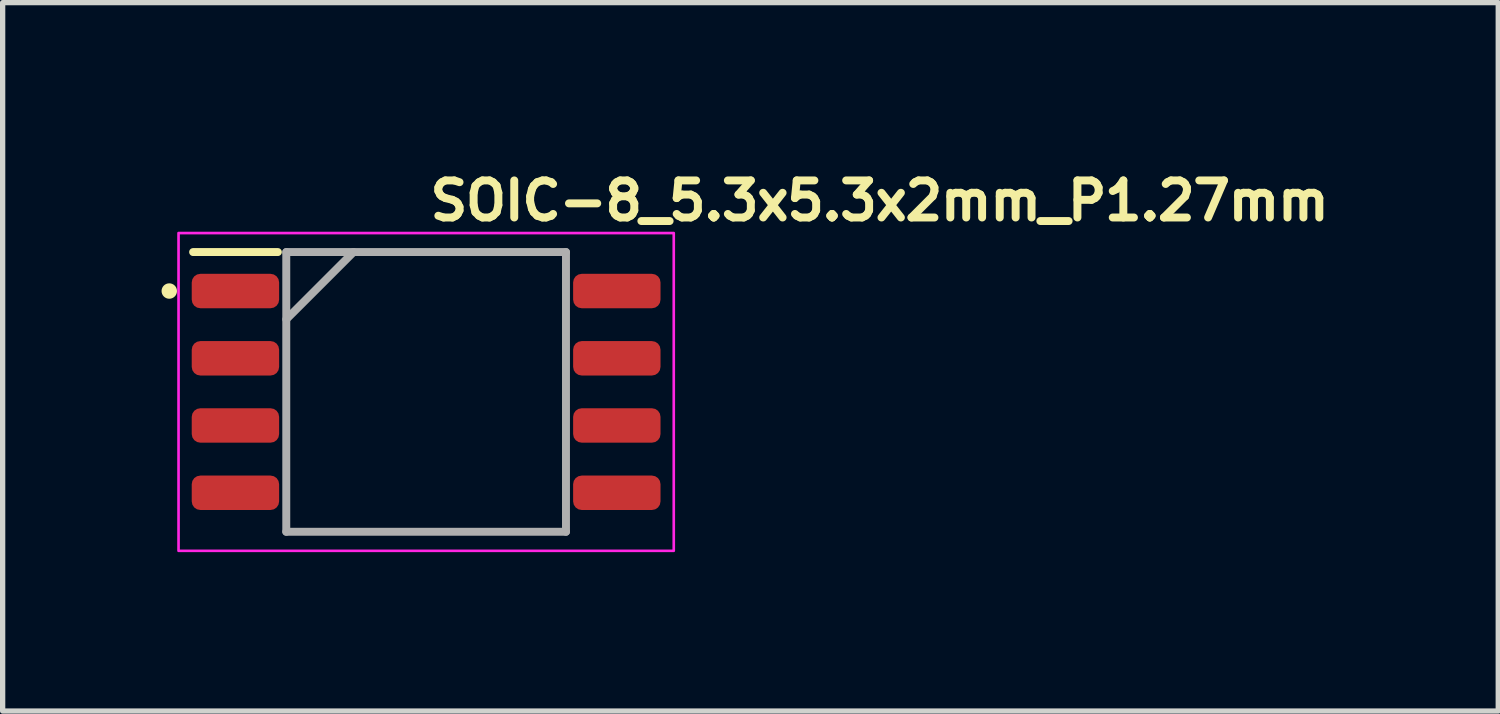
<source format=kicad_pcb>
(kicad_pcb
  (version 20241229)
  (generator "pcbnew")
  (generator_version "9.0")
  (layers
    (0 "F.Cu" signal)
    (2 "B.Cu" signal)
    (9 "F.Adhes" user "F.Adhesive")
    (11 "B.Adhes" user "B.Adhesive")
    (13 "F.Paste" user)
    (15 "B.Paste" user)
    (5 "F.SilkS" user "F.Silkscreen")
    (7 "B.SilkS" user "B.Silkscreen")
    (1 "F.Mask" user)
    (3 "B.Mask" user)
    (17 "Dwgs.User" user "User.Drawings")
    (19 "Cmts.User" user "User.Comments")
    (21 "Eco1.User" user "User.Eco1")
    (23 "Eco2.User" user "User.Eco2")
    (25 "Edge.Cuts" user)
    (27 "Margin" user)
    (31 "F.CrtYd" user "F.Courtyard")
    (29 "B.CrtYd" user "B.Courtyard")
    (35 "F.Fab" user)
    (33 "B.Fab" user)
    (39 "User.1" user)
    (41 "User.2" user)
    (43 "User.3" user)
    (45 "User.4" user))
  (footprint "SOIC-8_5.3x5.3x2mm_P1.27mm"
    (layer "F.Cu")
    (at 4.996 4.35)
    (property "Reference" "SOIC-8_5.3x5.3x2mm_P1.27mm" (at -0.002 -3.2 0) (layer "F.SilkS") (effects (font (size 0.7 0.7) (thickness 0.15)) (justify left bottom)))
    (attr smd)
    (fp_line (start -2.8 -2.641) (end -4.4 -2.641) (stroke (width 0.15) (type solid)) (layer "F.SilkS"))
    (fp_circle (center -4.85 -1.905) (end -4.8 -1.855) (stroke (width 0.15) (type solid)) (fill yes) (layer "F.SilkS"))
    (fp_rect (start 4.675 -3) (end -4.675 3) (stroke (width 0.05) (type solid)) (fill no) (layer "F.CrtYd"))
    (fp_line (start -2.641 -2.641) (end 2.64 -2.641) (stroke (width 0.15) (type solid)) (layer "F.Fab"))
    (fp_line (start -2.641 -1.371) (end -1.371 -2.641) (stroke (width 0.15) (type solid)) (layer "F.Fab"))
    (fp_line (start -2.641 2.64) (end -2.641 -2.641) (stroke (width 0.15) (type solid)) (layer "F.Fab"))
    (fp_line (start 2.64 -2.641) (end 2.64 2.64) (stroke (width 0.15) (type solid)) (layer "F.Fab"))
    (fp_line (start 2.64 2.64) (end -2.641 2.64) (stroke (width 0.15) (type solid)) (layer "F.Fab"))
    (fp_rect (start -3.951 -2.617) (end 3.95 2.615) (stroke (width 0.1) (type solid)) (fill no) (layer "User.5"))
    (fp_line (start -3.951 -2.113) (end -3.604 -2.113) (stroke (width 0.02) (type solid)) (layer "User.9"))
    (fp_line (start -3.951 -1.698) (end -3.951 -2.113) (stroke (width 0.02) (type solid)) (layer "User.9"))
    (fp_line (start -3.951 -1.698) (end -3.604 -1.698) (stroke (width 0.02) (type solid)) (layer "User.9"))
    (fp_line (start -3.951 -0.843) (end -3.604 -0.843) (stroke (width 0.02) (type solid)) (layer "User.9"))
    (fp_line (start -3.951 -0.428) (end -3.951 -0.843) (stroke (width 0.02) (type solid)) (layer "User.9"))
    (fp_line (start -3.951 -0.428) (end -3.604 -0.428) (stroke (width 0.02) (type solid)) (layer "User.9"))
    (fp_line (start -3.951 0.426) (end -3.604 0.426) (stroke (width 0.02) (type solid)) (layer "User.9"))
    (fp_line (start -3.951 0.841) (end -3.951 0.426) (stroke (width 0.02) (type solid)) (layer "User.9"))
    (fp_line (start -3.951 0.841) (end -3.604 0.841) (stroke (width 0.02) (type solid)) (layer "User.9"))
    (fp_line (start -3.951 1.697) (end -3.604 1.697) (stroke (width 0.02) (type solid)) (layer "User.9"))
    (fp_line (start -3.951 2.112) (end -3.951 1.697) (stroke (width 0.02) (type solid)) (layer "User.9"))
    (fp_line (start -3.951 2.112) (end -3.604 2.112) (stroke (width 0.02) (type solid)) (layer "User.9"))
    (fp_line (start -3.604 -2.113) (end -3.521 -2.113) (stroke (width 0.02) (type solid)) (layer "User.9"))
    (fp_line (start -3.604 -1.698) (end -3.521 -1.698) (stroke (width 0.02) (type solid)) (layer "User.9"))
    (fp_line (start -3.604 -0.843) (end -3.521 -0.843) (stroke (width 0.02) (type solid)) (layer "User.9"))
    (fp_line (start -3.604 -0.428) (end -3.521 -0.428) (stroke (width 0.02) (type solid)) (layer "User.9"))
    (fp_line (start -3.604 0.426) (end -3.521 0.426) (stroke (width 0.02) (type solid)) (layer "User.9"))
    (fp_line (start -3.604 0.841) (end -3.521 0.841) (stroke (width 0.02) (type solid)) (layer "User.9"))
    (fp_line (start -3.604 1.697) (end -3.521 1.697) (stroke (width 0.02) (type solid)) (layer "User.9"))
    (fp_line (start -3.604 2.112) (end -3.521 2.112) (stroke (width 0.02) (type solid)) (layer "User.9"))
    (fp_line (start -3.521 -2.113) (end -2.811 -2.113) (stroke (width 0.02) (type solid)) (layer "User.9"))
    (fp_line (start -3.521 -1.698) (end -2.811 -1.698) (stroke (width 0.02) (type solid)) (layer "User.9"))
    (fp_line (start -3.521 -0.843) (end -2.811 -0.843) (stroke (width 0.02) (type solid)) (layer "User.9"))
    (fp_line (start -3.521 -0.428) (end -2.811 -0.428) (stroke (width 0.02) (type solid)) (layer "User.9"))
    (fp_line (start -3.521 0.426) (end -2.811 0.426) (stroke (width 0.02) (type solid)) (layer "User.9"))
    (fp_line (start -3.521 0.841) (end -2.811 0.841) (stroke (width 0.02) (type solid)) (layer "User.9"))
    (fp_line (start -3.521 1.697) (end -2.811 1.697) (stroke (width 0.02) (type solid)) (layer "User.9"))
    (fp_line (start -3.521 2.112) (end -2.811 2.112) (stroke (width 0.02) (type solid)) (layer "User.9"))
    (fp_line (start -2.811 -2.113) (end -2.73 -2.113) (stroke (width 0.02) (type solid)) (layer "User.9"))
    (fp_line (start -2.811 -1.698) (end -2.73 -1.698) (stroke (width 0.02) (type solid)) (layer "User.9"))
    (fp_line (start -2.811 -0.843) (end -2.73 -0.843) (stroke (width 0.02) (type solid)) (layer "User.9"))
    (fp_line (start -2.811 -0.428) (end -2.73 -0.428) (stroke (width 0.02) (type solid)) (layer "User.9"))
    (fp_line (start -2.811 0.426) (end -2.73 0.426) (stroke (width 0.02) (type solid)) (layer "User.9"))
    (fp_line (start -2.811 0.841) (end -2.73 0.841) (stroke (width 0.02) (type solid)) (layer "User.9"))
    (fp_line (start -2.811 1.697) (end -2.73 1.697) (stroke (width 0.02) (type solid)) (layer "User.9"))
    (fp_line (start -2.811 2.112) (end -2.73 2.112) (stroke (width 0.02) (type solid)) (layer "User.9"))
    (fp_line (start -2.73 -2.113) (end -2.617 -2.113) (stroke (width 0.02) (type solid)) (layer "User.9"))
    (fp_line (start -2.73 -1.698) (end -2.617 -1.698) (stroke (width 0.02) (type solid)) (layer "User.9"))
    (fp_line (start -2.73 -0.843) (end -2.617 -0.843) (stroke (width 0.02) (type solid)) (layer "User.9"))
    (fp_line (start -2.73 -0.428) (end -2.617 -0.428) (stroke (width 0.02) (type solid)) (layer "User.9"))
    (fp_line (start -2.73 0.426) (end -2.617 0.426) (stroke (width 0.02) (type solid)) (layer "User.9"))
    (fp_line (start -2.73 0.841) (end -2.617 0.841) (stroke (width 0.02) (type solid)) (layer "User.9"))
    (fp_line (start -2.73 1.697) (end -2.617 1.697) (stroke (width 0.02) (type solid)) (layer "User.9"))
    (fp_line (start -2.73 2.112) (end -2.617 2.112) (stroke (width 0.02) (type solid)) (layer "User.9"))
    (fp_line (start -2.617 -2.617) (end -2.493 -2.493) (stroke (width 0.02) (type solid)) (layer "User.9"))
    (fp_line (start -2.617 -2.617) (end 2.615 -2.617) (stroke (width 0.02) (type solid)) (layer "User.9"))
    (fp_line (start -2.617 -1.698) (end -2.617 -2.113) (stroke (width 0.02) (type solid)) (layer "User.9"))
    (fp_line (start -2.617 -0.428) (end -2.617 -0.843) (stroke (width 0.02) (type solid)) (layer "User.9"))
    (fp_line (start -2.617 0.841) (end -2.617 0.426) (stroke (width 0.02) (type solid)) (layer "User.9"))
    (fp_line (start -2.617 2.112) (end -2.617 1.697) (stroke (width 0.02) (type solid)) (layer "User.9"))
    (fp_line (start -2.617 2.615) (end -2.617 -2.617) (stroke (width 0.02) (type solid)) (layer "User.9"))
    (fp_line (start -2.617 2.615) (end -2.493 2.491) (stroke (width 0.02) (type solid)) (layer "User.9"))
    (fp_line (start -2.617 2.615) (end 2.615 2.615) (stroke (width 0.02) (type solid)) (layer "User.9"))
    (fp_line (start -2.493 -2.493) (end -2.424 -2.424) (stroke (width 0.02) (type solid)) (layer "User.9"))
    (fp_line (start -2.493 2.491) (end -2.424 2.422) (stroke (width 0.02) (type solid)) (layer "User.9"))
    (fp_line (start -2.089 -1.762) (end -2.089 -1.762) (stroke (width 0.02) (type solid)) (layer "User.9"))
    (fp_line (start -2.089 -1.762) (end -2.088 -1.744) (stroke (width 0.02) (type solid)) (layer "User.9"))
    (fp_line (start -2.088 -1.778) (end -2.089 -1.762) (stroke (width 0.02) (type solid)) (layer "User.9"))
    (fp_line (start -2.088 -1.744) (end -2.086 -1.728) (stroke (width 0.02) (type solid)) (layer "User.9"))
    (fp_line (start -2.086 -1.795) (end -2.088 -1.778) (stroke (width 0.02) (type solid)) (layer "User.9"))
    (fp_line (start -2.086 -1.728) (end -2.085 -1.712) (stroke (width 0.02) (type solid)) (layer "User.9"))
    (fp_line (start -2.085 -1.811) (end -2.086 -1.795) (stroke (width 0.02) (type solid)) (layer "User.9"))
    (fp_line (start -2.085 -1.712) (end -2.081 -1.696) (stroke (width 0.02) (type solid)) (layer "User.9"))
    (fp_line (start -2.081 -1.827) (end -2.085 -1.811) (stroke (width 0.02) (type solid)) (layer "User.9"))
    (fp_line (start -2.081 -1.696) (end -2.078 -1.68) (stroke (width 0.02) (type solid)) (layer "User.9"))
    (fp_line (start -2.078 -1.843) (end -2.081 -1.827) (stroke (width 0.02) (type solid)) (layer "User.9"))
    (fp_line (start -2.078 -1.68) (end -2.073 -1.665) (stroke (width 0.02) (type solid)) (layer "User.9"))
    (fp_line (start -2.073 -1.859) (end -2.078 -1.843) (stroke (width 0.02) (type solid)) (layer "User.9"))
    (fp_line (start -2.073 -1.665) (end -2.069 -1.649) (stroke (width 0.02) (type solid)) (layer "User.9"))
    (fp_line (start -2.069 -1.873) (end -2.073 -1.859) (stroke (width 0.02) (type solid)) (layer "User.9"))
    (fp_line (start -2.069 -1.649) (end -2.062 -1.635) (stroke (width 0.02) (type solid)) (layer "User.9"))
    (fp_line (start -2.062 -1.889) (end -2.069 -1.873) (stroke (width 0.02) (type solid)) (layer "User.9"))
    (fp_line (start -2.062 -1.635) (end -2.057 -1.619) (stroke (width 0.02) (type solid)) (layer "User.9"))
    (fp_line (start -2.057 -1.903) (end -2.062 -1.889) (stroke (width 0.02) (type solid)) (layer "User.9"))
    (fp_line (start -2.057 -1.619) (end -2.048 -1.605) (stroke (width 0.02) (type solid)) (layer "User.9"))
    (fp_line (start -2.048 -1.917) (end -2.057 -1.903) (stroke (width 0.02) (type solid)) (layer "User.9"))
    (fp_line (start -2.048 -1.605) (end -2.041 -1.593) (stroke (width 0.02) (type solid)) (layer "User.9"))
    (fp_line (start -2.041 -1.93) (end -2.048 -1.917) (stroke (width 0.02) (type solid)) (layer "User.9"))
    (fp_line (start -2.041 -1.593) (end -2.032 -1.579) (stroke (width 0.02) (type solid)) (layer "User.9"))
    (fp_line (start -2.032 -1.944) (end -2.041 -1.93) (stroke (width 0.02) (type solid)) (layer "User.9"))
    (fp_line (start -2.032 -1.579) (end -2.024 -1.565) (stroke (width 0.02) (type solid)) (layer "User.9"))
    (fp_line (start -2.024 -1.958) (end -2.032 -1.944) (stroke (width 0.02) (type solid)) (layer "User.9"))
    (fp_line (start -2.024 -1.565) (end -2.013 -1.553) (stroke (width 0.02) (type solid)) (layer "User.9"))
    (fp_line (start -2.013 -1.97) (end -2.024 -1.958) (stroke (width 0.02) (type solid)) (layer "User.9"))
    (fp_line (start -2.013 -1.553) (end -2.004 -1.541) (stroke (width 0.02) (type solid)) (layer "User.9"))
    (fp_line (start -2.004 -1.982) (end -2.013 -1.97) (stroke (width 0.02) (type solid)) (layer "User.9"))
    (fp_line (start -2.004 -1.541) (end -1.992 -1.53) (stroke (width 0.02) (type solid)) (layer "User.9"))
    (fp_line (start -1.992 -1.992) (end -2.004 -1.982) (stroke (width 0.02) (type solid)) (layer "User.9"))
    (fp_line (start -1.992 -1.53) (end -1.982 -1.52) (stroke (width 0.02) (type solid)) (layer "User.9"))
    (fp_line (start -1.982 -2.004) (end -1.992 -1.992) (stroke (width 0.02) (type solid)) (layer "User.9"))
    (fp_line (start -1.982 -1.52) (end -1.97 -1.51) (stroke (width 0.02) (type solid)) (layer "User.9"))
    (fp_line (start -1.97 -2.013) (end -1.982 -2.004) (stroke (width 0.02) (type solid)) (layer "User.9"))
    (fp_line (start -1.97 -1.51) (end -1.958 -1.5) (stroke (width 0.02) (type solid)) (layer "User.9"))
    (fp_line (start -1.958 -2.024) (end -1.97 -2.013) (stroke (width 0.02) (type solid)) (layer "User.9"))
    (fp_line (start -1.958 -1.5) (end -1.944 -1.49) (stroke (width 0.02) (type solid)) (layer "User.9"))
    (fp_line (start -1.944 -2.032) (end -1.958 -2.024) (stroke (width 0.02) (type solid)) (layer "User.9"))
    (fp_line (start -1.944 -1.49) (end -1.93 -1.482) (stroke (width 0.02) (type solid)) (layer "User.9"))
    (fp_line (start -1.93 -2.041) (end -1.944 -2.032) (stroke (width 0.02) (type solid)) (layer "User.9"))
    (fp_line (start -1.93 -1.482) (end -1.917 -1.474) (stroke (width 0.02) (type solid)) (layer "User.9"))
    (fp_line (start -1.917 -2.048) (end -1.93 -2.041) (stroke (width 0.02) (type solid)) (layer "User.9"))
    (fp_line (start -1.917 -1.474) (end -1.903 -1.466) (stroke (width 0.02) (type solid)) (layer "User.9"))
    (fp_line (start -1.903 -2.057) (end -1.917 -2.048) (stroke (width 0.02) (type solid)) (layer "User.9"))
    (fp_line (start -1.903 -1.466) (end -1.889 -1.46) (stroke (width 0.02) (type solid)) (layer "User.9"))
    (fp_line (start -1.889 -2.062) (end -1.903 -2.057) (stroke (width 0.02) (type solid)) (layer "User.9"))
    (fp_line (start -1.889 -1.46) (end -1.873 -1.454) (stroke (width 0.02) (type solid)) (layer "User.9"))
    (fp_line (start -1.873 -2.069) (end -1.889 -2.062) (stroke (width 0.02) (type solid)) (layer "User.9"))
    (fp_line (start -1.873 -1.454) (end -1.859 -1.45) (stroke (width 0.02) (type solid)) (layer "User.9"))
    (fp_line (start -1.859 -2.073) (end -1.873 -2.069) (stroke (width 0.02) (type solid)) (layer "User.9"))
    (fp_line (start -1.859 -1.45) (end -1.843 -1.444) (stroke (width 0.02) (type solid)) (layer "User.9"))
    (fp_line (start -1.843 -2.078) (end -1.859 -2.073) (stroke (width 0.02) (type solid)) (layer "User.9"))
    (fp_line (start -1.843 -1.444) (end -1.827 -1.442) (stroke (width 0.02) (type solid)) (layer "User.9"))
    (fp_line (start -1.827 -2.081) (end -1.843 -2.078) (stroke (width 0.02) (type solid)) (layer "User.9"))
    (fp_line (start -1.827 -1.442) (end -1.811 -1.438) (stroke (width 0.02) (type solid)) (layer "User.9"))
    (fp_line (start -1.811 -2.085) (end -1.827 -2.081) (stroke (width 0.02) (type solid)) (layer "User.9"))
    (fp_line (start -1.811 -1.438) (end -1.795 -1.436) (stroke (width 0.02) (type solid)) (layer "User.9"))
    (fp_line (start -1.795 -2.086) (end -1.811 -2.085) (stroke (width 0.02) (type solid)) (layer "User.9"))
    (fp_line (start -1.795 -1.436) (end -1.778 -1.436) (stroke (width 0.02) (type solid)) (layer "User.9"))
    (fp_line (start -1.778 -2.088) (end -1.795 -2.086) (stroke (width 0.02) (type solid)) (layer "User.9"))
    (fp_line (start -1.778 -1.436) (end -1.762 -1.434) (stroke (width 0.02) (type solid)) (layer "User.9"))
    (fp_line (start -1.762 -2.089) (end -1.778 -2.088) (stroke (width 0.02) (type solid)) (layer "User.9"))
    (fp_line (start -1.762 -2.089) (end -1.762 -2.089) (stroke (width 0.02) (type solid)) (layer "User.9"))
    (fp_line (start -1.762 -1.434) (end -1.762 -1.434) (stroke (width 0.02) (type solid)) (layer "User.9"))
    (fp_line (start -1.762 -1.434) (end -1.744 -1.436) (stroke (width 0.02) (type solid)) (layer "User.9"))
    (fp_line (start -1.744 -2.088) (end -1.762 -2.089) (stroke (width 0.02) (type solid)) (layer "User.9"))
    (fp_line (start -1.744 -1.436) (end -1.728 -1.436) (stroke (width 0.02) (type solid)) (layer "User.9"))
    (fp_line (start -1.728 -2.086) (end -1.744 -2.088) (stroke (width 0.02) (type solid)) (layer "User.9"))
    (fp_line (start -1.728 -1.436) (end -1.712 -1.438) (stroke (width 0.02) (type solid)) (layer "User.9"))
    (fp_line (start -1.712 -2.085) (end -1.728 -2.086) (stroke (width 0.02) (type solid)) (layer "User.9"))
    (fp_line (start -1.712 -1.438) (end -1.696 -1.442) (stroke (width 0.02) (type solid)) (layer "User.9"))
    (fp_line (start -1.696 -2.081) (end -1.712 -2.085) (stroke (width 0.02) (type solid)) (layer "User.9"))
    (fp_line (start -1.696 -1.442) (end -1.68 -1.444) (stroke (width 0.02) (type solid)) (layer "User.9"))
    (fp_line (start -1.68 -2.078) (end -1.696 -2.081) (stroke (width 0.02) (type solid)) (layer "User.9"))
    (fp_line (start -1.68 -1.444) (end -1.665 -1.45) (stroke (width 0.02) (type solid)) (layer "User.9"))
    (fp_line (start -1.665 -2.073) (end -1.68 -2.078) (stroke (width 0.02) (type solid)) (layer "User.9"))
    (fp_line (start -1.665 -1.45) (end -1.649 -1.454) (stroke (width 0.02) (type solid)) (layer "User.9"))
    (fp_line (start -1.649 -2.069) (end -1.665 -2.073) (stroke (width 0.02) (type solid)) (layer "User.9"))
    (fp_line (start -1.649 -1.454) (end -1.635 -1.46) (stroke (width 0.02) (type solid)) (layer "User.9"))
    (fp_line (start -1.635 -2.062) (end -1.649 -2.069) (stroke (width 0.02) (type solid)) (layer "User.9"))
    (fp_line (start -1.635 -1.46) (end -1.619 -1.466) (stroke (width 0.02) (type solid)) (layer "User.9"))
    (fp_line (start -1.619 -2.057) (end -1.635 -2.062) (stroke (width 0.02) (type solid)) (layer "User.9"))
    (fp_line (start -1.619 -1.466) (end -1.605 -1.474) (stroke (width 0.02) (type solid)) (layer "User.9"))
    (fp_line (start -1.605 -2.048) (end -1.619 -2.057) (stroke (width 0.02) (type solid)) (layer "User.9"))
    (fp_line (start -1.605 -1.474) (end -1.593 -1.482) (stroke (width 0.02) (type solid)) (layer "User.9"))
    (fp_line (start -1.593 -2.041) (end -1.605 -2.048) (stroke (width 0.02) (type solid)) (layer "User.9"))
    (fp_line (start -1.593 -1.482) (end -1.579 -1.49) (stroke (width 0.02) (type solid)) (layer "User.9"))
    (fp_line (start -1.579 -2.032) (end -1.593 -2.041) (stroke (width 0.02) (type solid)) (layer "User.9"))
    (fp_line (start -1.579 -1.49) (end -1.565 -1.5) (stroke (width 0.02) (type solid)) (layer "User.9"))
    (fp_line (start -1.565 -2.024) (end -1.579 -2.032) (stroke (width 0.02) (type solid)) (layer "User.9"))
    (fp_line (start -1.565 -1.5) (end -1.553 -1.51) (stroke (width 0.02) (type solid)) (layer "User.9"))
    (fp_line (start -1.553 -2.013) (end -1.565 -2.024) (stroke (width 0.02) (type solid)) (layer "User.9"))
    (fp_line (start -1.553 -1.51) (end -1.541 -1.52) (stroke (width 0.02) (type solid)) (layer "User.9"))
    (fp_line (start -1.541 -2.004) (end -1.553 -2.013) (stroke (width 0.02) (type solid)) (layer "User.9"))
    (fp_line (start -1.541 -1.52) (end -1.53 -1.53) (stroke (width 0.02) (type solid)) (layer "User.9"))
    (fp_line (start -1.53 -1.992) (end -1.541 -2.004) (stroke (width 0.02) (type solid)) (layer "User.9"))
    (fp_line (start -1.53 -1.53) (end -1.52 -1.541) (stroke (width 0.02) (type solid)) (layer "User.9"))
    (fp_line (start -1.52 -1.982) (end -1.53 -1.992) (stroke (width 0.02) (type solid)) (layer "User.9"))
    (fp_line (start -1.52 -1.541) (end -1.51 -1.553) (stroke (width 0.02) (type solid)) (layer "User.9"))
    (fp_line (start -1.51 -1.97) (end -1.52 -1.982) (stroke (width 0.02) (type solid)) (layer "User.9"))
    (fp_line (start -1.51 -1.553) (end -1.5 -1.565) (stroke (width 0.02) (type solid)) (layer "User.9"))
    (fp_line (start -1.5 -1.958) (end -1.51 -1.97) (stroke (width 0.02) (type solid)) (layer "User.9"))
    (fp_line (start -1.5 -1.565) (end -1.49 -1.579) (stroke (width 0.02) (type solid)) (layer "User.9"))
    (fp_line (start -1.49 -1.944) (end -1.5 -1.958) (stroke (width 0.02) (type solid)) (layer "User.9"))
    (fp_line (start -1.49 -1.579) (end -1.482 -1.593) (stroke (width 0.02) (type solid)) (layer "User.9"))
    (fp_line (start -1.482 -1.93) (end -1.49 -1.944) (stroke (width 0.02) (type solid)) (layer "User.9"))
    (fp_line (start -1.482 -1.593) (end -1.474 -1.605) (stroke (width 0.02) (type solid)) (layer "User.9"))
    (fp_line (start -1.474 -1.917) (end -1.482 -1.93) (stroke (width 0.02) (type solid)) (layer "User.9"))
    (fp_line (start -1.474 -1.605) (end -1.466 -1.619) (stroke (width 0.02) (type solid)) (layer "User.9"))
    (fp_line (start -1.466 -1.903) (end -1.474 -1.917) (stroke (width 0.02) (type solid)) (layer "User.9"))
    (fp_line (start -1.466 -1.619) (end -1.46 -1.635) (stroke (width 0.02) (type solid)) (layer "User.9"))
    (fp_line (start -1.46 -1.889) (end -1.466 -1.903) (stroke (width 0.02) (type solid)) (layer "User.9"))
    (fp_line (start -1.46 -1.635) (end -1.454 -1.649) (stroke (width 0.02) (type solid)) (layer "User.9"))
    (fp_line (start -1.454 -1.873) (end -1.46 -1.889) (stroke (width 0.02) (type solid)) (layer "User.9"))
    (fp_line (start -1.454 -1.649) (end -1.45 -1.665) (stroke (width 0.02) (type solid)) (layer "User.9"))
    (fp_line (start -1.45 -1.859) (end -1.454 -1.873) (stroke (width 0.02) (type solid)) (layer "User.9"))
    (fp_line (start -1.45 -1.665) (end -1.444 -1.68) (stroke (width 0.02) (type solid)) (layer "User.9"))
    (fp_line (start -1.444 -1.843) (end -1.45 -1.859) (stroke (width 0.02) (type solid)) (layer "User.9"))
    (fp_line (start -1.444 -1.68) (end -1.442 -1.696) (stroke (width 0.02) (type solid)) (layer "User.9"))
    (fp_line (start -1.442 -1.827) (end -1.444 -1.843) (stroke (width 0.02) (type solid)) (layer "User.9"))
    (fp_line (start -1.442 -1.696) (end -1.438 -1.712) (stroke (width 0.02) (type solid)) (layer "User.9"))
    (fp_line (start -1.438 -1.811) (end -1.442 -1.827) (stroke (width 0.02) (type solid)) (layer "User.9"))
    (fp_line (start -1.438 -1.712) (end -1.436 -1.728) (stroke (width 0.02) (type solid)) (layer "User.9"))
    (fp_line (start -1.436 -1.795) (end -1.438 -1.811) (stroke (width 0.02) (type solid)) (layer "User.9"))
    (fp_line (start -1.436 -1.778) (end -1.436 -1.795) (stroke (width 0.02) (type solid)) (layer "User.9"))
    (fp_line (start -1.436 -1.744) (end -1.434 -1.762) (stroke (width 0.02) (type solid)) (layer "User.9"))
    (fp_line (start -1.436 -1.728) (end -1.436 -1.744) (stroke (width 0.02) (type solid)) (layer "User.9"))
    (fp_line (start -1.434 -1.762) (end -1.436 -1.778) (stroke (width 0.02) (type solid)) (layer "User.9"))
    (fp_line (start -1.434 -1.762) (end -1.434 -1.762) (stroke (width 0.02) (type solid)) (layer "User.9"))
    (fp_line (start -1.434 -1.762) (end -1.434 -1.762) (stroke (width 0.02) (type solid)) (layer "User.9"))
    (fp_line (start 2.422 -2.424) (end 2.491 -2.493) (stroke (width 0.02) (type solid)) (layer "User.9"))
    (fp_line (start 2.491 2.491) (end 2.422 2.422) (stroke (width 0.02) (type solid)) (layer "User.9"))
    (fp_line (start 2.615 -2.617) (end 2.491 -2.493) (stroke (width 0.02) (type solid)) (layer "User.9"))
    (fp_line (start 2.615 -2.113) (end 2.728 -2.113) (stroke (width 0.02) (type solid)) (layer "User.9"))
    (fp_line (start 2.615 -1.698) (end 2.615 -2.113) (stroke (width 0.02) (type solid)) (layer "User.9"))
    (fp_line (start 2.615 -1.698) (end 2.728 -1.698) (stroke (width 0.02) (type solid)) (layer "User.9"))
    (fp_line (start 2.615 -0.843) (end 2.728 -0.843) (stroke (width 0.02) (type solid)) (layer "User.9"))
    (fp_line (start 2.615 -0.428) (end 2.615 -0.843) (stroke (width 0.02) (type solid)) (layer "User.9"))
    (fp_line (start 2.615 -0.428) (end 2.728 -0.428) (stroke (width 0.02) (type solid)) (layer "User.9"))
    (fp_line (start 2.615 0.426) (end 2.728 0.426) (stroke (width 0.02) (type solid)) (layer "User.9"))
    (fp_line (start 2.615 0.841) (end 2.615 0.426) (stroke (width 0.02) (type solid)) (layer "User.9"))
    (fp_line (start 2.615 0.841) (end 2.728 0.841) (stroke (width 0.02) (type solid)) (layer "User.9"))
    (fp_line (start 2.615 1.697) (end 2.728 1.697) (stroke (width 0.02) (type solid)) (layer "User.9"))
    (fp_line (start 2.615 2.112) (end 2.615 1.697) (stroke (width 0.02) (type solid)) (layer "User.9"))
    (fp_line (start 2.615 2.112) (end 2.728 2.112) (stroke (width 0.02) (type solid)) (layer "User.9"))
    (fp_line (start 2.615 2.615) (end 2.491 2.491) (stroke (width 0.02) (type solid)) (layer "User.9"))
    (fp_line (start 2.615 2.615) (end 2.615 -2.617) (stroke (width 0.02) (type solid)) (layer "User.9"))
    (fp_line (start 2.809 -2.113) (end 2.728 -2.113) (stroke (width 0.02) (type solid)) (layer "User.9"))
    (fp_line (start 2.809 -1.698) (end 2.728 -1.698) (stroke (width 0.02) (type solid)) (layer "User.9"))
    (fp_line (start 2.809 -0.843) (end 2.728 -0.843) (stroke (width 0.02) (type solid)) (layer "User.9"))
    (fp_line (start 2.809 -0.428) (end 2.728 -0.428) (stroke (width 0.02) (type solid)) (layer "User.9"))
    (fp_line (start 2.809 0.426) (end 2.728 0.426) (stroke (width 0.02) (type solid)) (layer "User.9"))
    (fp_line (start 2.809 0.841) (end 2.728 0.841) (stroke (width 0.02) (type solid)) (layer "User.9"))
    (fp_line (start 2.809 1.697) (end 2.728 1.697) (stroke (width 0.02) (type solid)) (layer "User.9"))
    (fp_line (start 2.809 2.112) (end 2.728 2.112) (stroke (width 0.02) (type solid)) (layer "User.9"))
    (fp_line (start 3.519 -2.113) (end 2.809 -2.113) (stroke (width 0.02) (type solid)) (layer "User.9"))
    (fp_line (start 3.519 -1.698) (end 2.809 -1.698) (stroke (width 0.02) (type solid)) (layer "User.9"))
    (fp_line (start 3.519 -0.843) (end 2.809 -0.843) (stroke (width 0.02) (type solid)) (layer "User.9"))
    (fp_line (start 3.519 -0.428) (end 2.809 -0.428) (stroke (width 0.02) (type solid)) (layer "User.9"))
    (fp_line (start 3.519 0.426) (end 2.809 0.426) (stroke (width 0.02) (type solid)) (layer "User.9"))
    (fp_line (start 3.519 0.841) (end 2.809 0.841) (stroke (width 0.02) (type solid)) (layer "User.9"))
    (fp_line (start 3.519 1.697) (end 2.809 1.697) (stroke (width 0.02) (type solid)) (layer "User.9"))
    (fp_line (start 3.519 2.112) (end 2.809 2.112) (stroke (width 0.02) (type solid)) (layer "User.9"))
    (fp_line (start 3.601 -2.113) (end 3.519 -2.113) (stroke (width 0.02) (type solid)) (layer "User.9"))
    (fp_line (start 3.601 -2.113) (end 3.95 -2.113) (stroke (width 0.02) (type solid)) (layer "User.9"))
    (fp_line (start 3.601 -1.698) (end 3.519 -1.698) (stroke (width 0.02) (type solid)) (layer "User.9"))
    (fp_line (start 3.601 -1.698) (end 3.95 -1.698) (stroke (width 0.02) (type solid)) (layer "User.9"))
    (fp_line (start 3.601 -0.843) (end 3.519 -0.843) (stroke (width 0.02) (type solid)) (layer "User.9"))
    (fp_line (start 3.601 -0.843) (end 3.95 -0.843) (stroke (width 0.02) (type solid)) (layer "User.9"))
    (fp_line (start 3.601 -0.428) (end 3.519 -0.428) (stroke (width 0.02) (type solid)) (layer "User.9"))
    (fp_line (start 3.601 -0.428) (end 3.95 -0.428) (stroke (width 0.02) (type solid)) (layer "User.9"))
    (fp_line (start 3.601 0.426) (end 3.519 0.426) (stroke (width 0.02) (type solid)) (layer "User.9"))
    (fp_line (start 3.601 0.426) (end 3.95 0.426) (stroke (width 0.02) (type solid)) (layer "User.9"))
    (fp_line (start 3.601 0.841) (end 3.519 0.841) (stroke (width 0.02) (type solid)) (layer "User.9"))
    (fp_line (start 3.601 0.841) (end 3.95 0.841) (stroke (width 0.02) (type solid)) (layer "User.9"))
    (fp_line (start 3.601 1.697) (end 3.519 1.697) (stroke (width 0.02) (type solid)) (layer "User.9"))
    (fp_line (start 3.601 1.697) (end 3.95 1.697) (stroke (width 0.02) (type solid)) (layer "User.9"))
    (fp_line (start 3.601 2.112) (end 3.519 2.112) (stroke (width 0.02) (type solid)) (layer "User.9"))
    (fp_line (start 3.601 2.112) (end 3.95 2.112) (stroke (width 0.02) (type solid)) (layer "User.9"))
    (fp_line (start 3.95 -1.698) (end 3.95 -2.113) (stroke (width 0.02) (type solid)) (layer "User.9"))
    (fp_line (start 3.95 -0.428) (end 3.95 -0.843) (stroke (width 0.02) (type solid)) (layer "User.9"))
    (fp_line (start 3.95 0.841) (end 3.95 0.426) (stroke (width 0.02) (type solid)) (layer "User.9"))
    (fp_line (start 3.95 2.112) (end 3.95 1.697) (stroke (width 0.02) (type solid)) (layer "User.9"))
    (pad "1" smd roundrect (at -3.601 -1.905 90) (size 0.65 1.65) (layers "F.Cu" "F.Mask" "F.Paste") (roundrect_rratio 0.25))
    (pad "2" smd roundrect (at -3.601 -0.635 90) (size 0.65 1.65) (layers "F.Cu" "F.Mask" "F.Paste") (roundrect_rratio 0.25))
    (pad "3" smd roundrect (at -3.601 0.633 90) (size 0.65 1.65) (layers "F.Cu" "F.Mask" "F.Paste") (roundrect_rratio 0.25))
    (pad "4" smd roundrect (at -3.601 1.904 90) (size 0.65 1.65) (layers "F.Cu" "F.Mask" "F.Paste") (roundrect_rratio 0.25))
    (pad "5" smd roundrect (at 3.6 1.904 90) (size 0.65 1.65) (layers "F.Cu" "F.Mask" "F.Paste") (roundrect_rratio 0.25))
    (pad "6" smd roundrect (at 3.6 0.633 90) (size 0.65 1.65) (layers "F.Cu" "F.Mask" "F.Paste") (roundrect_rratio 0.25))
    (pad "7" smd roundrect (at 3.6 -0.635 90) (size 0.65 1.65) (layers "F.Cu" "F.Mask" "F.Paste") (roundrect_rratio 0.25))
    (pad "8" smd roundrect (at 3.6 -1.905 90) (size 0.65 1.65) (layers "F.Cu" "F.Mask" "F.Paste") (roundrect_rratio 0.25)))
  (gr_rect
    (start -3 -3)
    (end 25.238 10.375)
    (stroke (width 0.1) (type default))
    (fill no)
    (layer "Edge.Cuts")))
</source>
